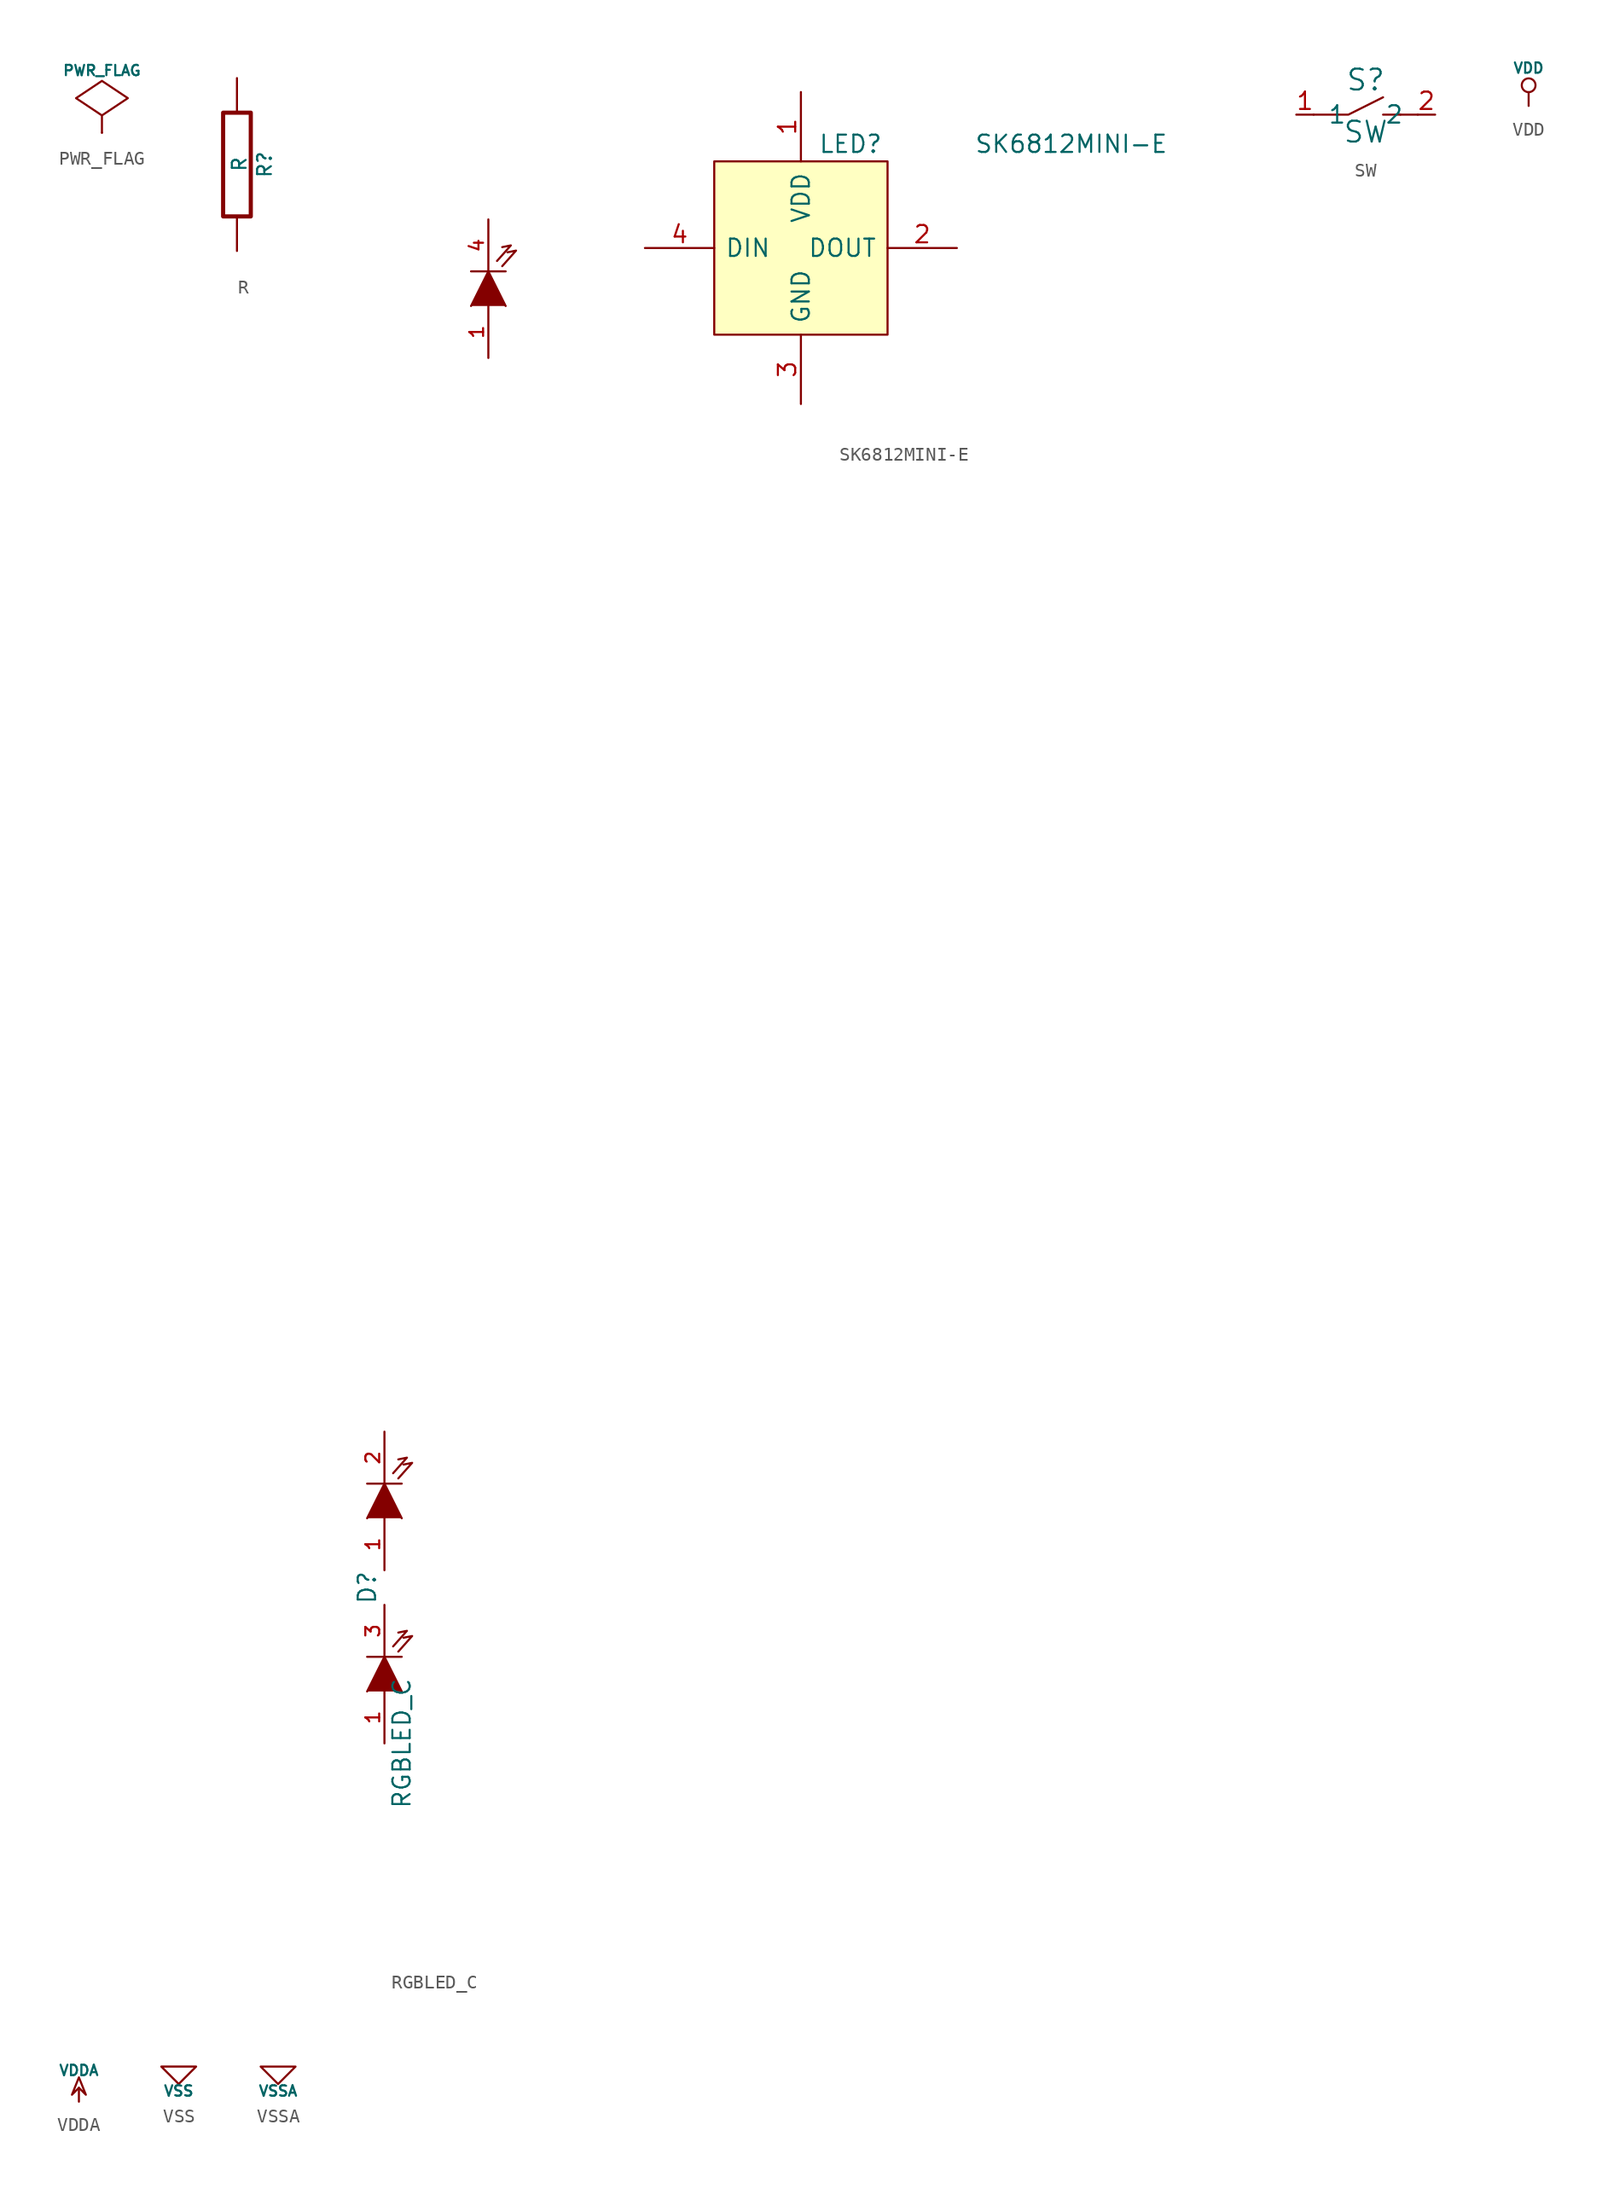
<source format=kicad_sym>
(kicad_symbol_lib
  (version 20201005)
  (generator kicad_symbol_editor)
  (symbol "PWR_FLAG"
    (power)
    (pin_numbers hide)
    (pin_names
      (offset 0) hide)
    (property "Reference" "#FLG"
      (at 0 2.413 0)
      (effects (font (size 0.762 0.762)) hide))
    (property "Value" "PWR_FLAG"
      (at 0 4.572 0)
      (effects (font (size 0.762 0.762))))
    (property "Footprint" ""
      (at 0 0 0)
      (effects (font (size 1.524 1.524))))
    (property "Datasheet" ""
      (at 0 0 0)
      (effects (font (size 1.524 1.524))))
    (symbol "PWR_FLAG_0_0"
      (pin power_out line (at 0 0 90) (length 0) (name "pwr" (effects (font (size 0.508 0.508)))) (number "1" (effects (font (size 0.508 0.508))))))
    (symbol "PWR_FLAG_0_1"
      (polyline (pts (xy 0 0) (xy 0 1.27) (xy -1.905 2.54) (xy 0 3.81) (xy 1.905 2.54) (xy 0 1.27)) (stroke (width 0)) (fill (type none)))))
  (symbol "R"
    (pin_numbers hide)
    (pin_names
      (offset 0))
    (property "Reference" "R"
      (at 2.032 0 90)
      (effects (font (size 1.016 1.016))))
    (property "Value" "R"
      (at 0.178 0.025 90)
      (effects (font (size 1.016 1.016))))
    (property "Footprint" ""
      (at -1.778 0 90)
      (effects (font (size 0.762 0.762))))
    (property "Datasheet" ""
      (at 0 0 0)
      (effects (font (size 0.762 0.762))))
    (symbol "R_0_1"
      (rectangle (start -1.016 3.81) (end 1.016 -3.81) (stroke (width 0.305)) (fill (type none))))
    (symbol "R_1_1"
      (pin passive line (at 0 6.35 270) (length 2.54) (name "~" (effects (font (size 1.524 1.524)))) (number "1" (effects (font (size 1.524 1.524)))))
      (pin passive line (at 0 -6.35 90) (length 2.54) (name "~" (effects (font (size 1.524 1.524)))) (number "2" (effects (font (size 1.524 1.524)))))))
  (symbol "RGBLED_C"
    (pin_names
      (offset 1.016) hide)
    (property "Reference" "D"
      (at -1.27 6.35 90)
      (effects (font (size 1.27 1.27))))
    (property "Value" "RGBLED_C"
      (at 1.27 -5.08 90)
      (effects (font (size 1.27 1.27))))
    (property "Footprint" ""
      (at 0 12.7 90)
      (effects (font (size 1.524 1.524))))
    (property "Datasheet" ""
      (at 0 12.7 90)
      (effects (font (size 1.524 1.524))))
    (symbol "RGBLED_C_0_1"
      (polyline (pts (xy -1.27 1.27) (xy 1.27 1.27)) (stroke (width 0)) (fill (type none)))
      (polyline (pts (xy -1.27 13.97) (xy 1.27 13.97)) (stroke (width 0)) (fill (type none)))
      (polyline (pts (xy 6.35 102.87) (xy 8.89 102.87)) (stroke (width 0)) (fill (type none)))
      (polyline (pts (xy 0.635 2.032) (xy 1.651 3.175) (xy 1.016 3.048)) (stroke (width 0)) (fill (type none)))
      (polyline (pts (xy 0.635 14.732) (xy 1.651 15.875) (xy 1.016 15.748)) (stroke (width 0)) (fill (type none)))
      (polyline (pts (xy 1.016 1.651) (xy 2.032 2.794) (xy 1.397 2.667)) (stroke (width 0)) (fill (type none)))
      (polyline (pts (xy 1.016 14.351) (xy 2.032 15.494) (xy 1.397 15.367)) (stroke (width 0)) (fill (type none)))
      (polyline (pts (xy 8.255 103.632) (xy 9.271 104.775) (xy 8.636 104.648)) (stroke (width 0)) (fill (type none)))
      (polyline (pts (xy 8.636 103.251) (xy 9.652 104.394) (xy 9.017 104.267)) (stroke (width 0)) (fill (type none)))
      (polyline (pts (xy -1.27 -1.27) (xy 0 1.27) (xy 1.27 -1.27)) (stroke (width 0)) (fill (type outline)))
      (polyline (pts (xy -1.27 11.43) (xy 0 13.97) (xy 1.27 11.43)) (stroke (width 0)) (fill (type outline)))
      (polyline (pts (xy 6.35 100.33) (xy 7.62 102.87) (xy 8.89 100.33)) (stroke (width 0)) (fill (type outline))))
    (symbol "RGBLED_C_1_1"
      (pin passive line (at 0 -5.08 90) (length 3.81) (name "A" (effects (font (size 1.016 1.016)))) (number "1" (effects (font (size 1.016 1.016)))))
      (pin passive line (at 0 7.62 90) (length 3.81) (name "A" (effects (font (size 1.016 1.016)))) (number "1" (effects (font (size 1.016 1.016)))))
      (pin passive line (at 7.62 96.52 90) (length 3.81) (name "A" (effects (font (size 1.016 1.016)))) (number "1" (effects (font (size 1.016 1.016)))))
      (pin passive line (at 0 17.78 270) (length 3.81) (name "K" (effects (font (size 1.016 1.016)))) (number "2" (effects (font (size 1.016 1.016)))))
      (pin passive line (at 0 5.08 270) (length 3.81) (name "K" (effects (font (size 1.016 1.016)))) (number "3" (effects (font (size 1.016 1.016)))))
      (pin passive line (at 7.62 106.68 270) (length 3.81) (name "K" (effects (font (size 1.016 1.016)))) (number "4" (effects (font (size 1.016 1.016)))))))
  (symbol "SK6812MINI-E"
    (pin_names
      (offset 0.762))
    (property "Reference" "LED"
      (at 1.27 7.62 0)
      (effects (font (size 1.27 1.27)) (justify left)))
    (property "Value" "SK6812MINI-E"
      (at 12.7 7.62 0)
      (effects (font (size 1.27 1.27)) (justify left)))
    (symbol "SK6812MINI-E_0_0"
      (pin passive line (at 0 11.43 270) (length 5.08) (name "VDD" (effects (font (size 1.27 1.27)))) (number "1" (effects (font (size 1.27 1.27)))))
      (pin passive line (at 11.43 0 180) (length 5.08) (name "DOUT" (effects (font (size 1.27 1.27)))) (number "2" (effects (font (size 1.27 1.27)))))
      (pin passive line (at 0 -11.43 90) (length 5.08) (name "GND" (effects (font (size 1.27 1.27)))) (number "3" (effects (font (size 1.27 1.27)))))
      (pin passive line (at -11.43 0 0) (length 5.08) (name "DIN" (effects (font (size 1.27 1.27)))) (number "4" (effects (font (size 1.27 1.27))))))
    (symbol "SK6812MINI-E_0_1"
      (rectangle (start -6.35 6.35) (end 6.35 -6.35) (stroke (width 0)) (fill (type background)))))
  (symbol "SW"
    (pin_names
      (offset 1.016))
    (property "Reference" "S"
      (at 0 2.54 0)
      (effects (font (size 1.524 1.524))))
    (property "Value" "SW"
      (at 0 -1.27 0)
      (effects (font (size 1.524 1.524))))
    (property "Footprint" ""
      (at 0 0 0)
      (effects (font (size 1.524 1.524))))
    (property "Datasheet" ""
      (at 0 0 0)
      (effects (font (size 1.524 1.524))))
    (symbol "SW_0_1"
      (polyline (pts (xy 2.54 0) (xy 1.27 0)) (stroke (width 0)) (fill (type none)))
      (polyline (pts (xy 3.81 0) (xy 2.54 0)) (stroke (width 0)) (fill (type none)))
      (polyline (pts (xy 1.27 1.27) (xy -1.27 0) (xy -3.81 0)) (stroke (width 0)) (fill (type none))))
    (symbol "SW_1_1"
      (pin bidirectional line (at -5.08 0 0) (length 1.27) (name "1" (effects (font (size 1.27 1.27)))) (number "1" (effects (font (size 1.27 1.27)))))
      (pin bidirectional line (at 5.08 0 180) (length 1.27) (name "2" (effects (font (size 1.27 1.27)))) (number "2" (effects (font (size 1.27 1.27)))))))
  (symbol "VDD"
    (power)
    (pin_names
      (offset 0))
    (property "Reference" "#PWR"
      (at 0 2.54 0)
      (effects (font (size 0.762 0.762)) hide))
    (property "Value" "VDD"
      (at 0 2.794 0)
      (effects (font (size 0.762 0.762))))
    (property "Footprint" ""
      (at 0 0 0)
      (effects (font (size 1.524 1.524))))
    (property "Datasheet" ""
      (at 0 0 0)
      (effects (font (size 1.524 1.524))))
    (symbol "VDD_0_0"
      (pin power_in line (at 0 0 90) (length 0) hide (name "VDD" (effects (font (size 1.016 1.016)))) (number "1" (effects (font (size 1.016 1.016))))))
    (symbol "VDD_0_1"
      (circle (center 0 1.524) (radius 0.508) (stroke (width 0)) (fill (type none)))
      (polyline (pts (xy 0 0) (xy 0 1.016) (xy 0 1.016)) (stroke (width 0)) (fill (type none)))))
  (symbol "VDDA"
    (power)
    (pin_names
      (offset 0))
    (property "Reference" "#PWR"
      (at 0 3.048 0)
      (effects (font (size 0.508 0.508)) hide))
    (property "Value" "VDDA"
      (at 0 2.286 0)
      (effects (font (size 0.762 0.762))))
    (property "Footprint" ""
      (at 0 0 0)
      (effects (font (size 1.524 1.524))))
    (property "Datasheet" ""
      (at 0 0 0)
      (effects (font (size 1.524 1.524))))
    (symbol "VDDA_0_0"
      (pin power_in line (at 0 0 90) (length 0) hide (name "VDDA" (effects (font (size 0.508 0.508)))) (number "1" (effects (font (size 0.508 0.508))))))
    (symbol "VDDA_0_1"
      (polyline (pts (xy 0 0) (xy 0 1.016) (xy 0 1.016)) (stroke (width 0)) (fill (type none)))
      (polyline (pts (xy 0 1.016) (xy 0.508 0.508) (xy 0 1.778) (xy -0.508 0.508) (xy 0 1.016) (xy 0 1.016)) (stroke (width 0)) (fill (type none)))))
  (symbol "VSS"
    (power)
    (pin_names
      (offset 0))
    (property "Reference" "#PWR"
      (at 0 0 0)
      (effects (font (size 0.762 0.762)) hide))
    (property "Value" "VSS"
      (at 0 -1.778 0)
      (effects (font (size 0.762 0.762))))
    (property "Footprint" ""
      (at 0 0 0)
      (effects (font (size 1.524 1.524))))
    (property "Datasheet" ""
      (at 0 0 0)
      (effects (font (size 1.524 1.524))))
    (symbol "VSS_0_1"
      (polyline (pts (xy -1.27 0) (xy 0 -1.27) (xy 1.27 0) (xy -1.27 0)) (stroke (width 0)) (fill (type none))))
    (symbol "VSS_1_1"
      (pin power_in line (at 0 0 90) (length 0) hide (name "VSS" (effects (font (size 0.762 0.762)))) (number "1" (effects (font (size 0.762 0.762)))))))
  (symbol "VSSA"
    (power)
    (pin_names
      (offset 0))
    (property "Reference" "#PWR"
      (at 0 0 0)
      (effects (font (size 0.762 0.762)) hide))
    (property "Value" "VSSA"
      (at 0 -1.778 0)
      (effects (font (size 0.762 0.762))))
    (property "Footprint" ""
      (at 0 0 0)
      (effects (font (size 1.524 1.524))))
    (property "Datasheet" ""
      (at 0 0 0)
      (effects (font (size 1.524 1.524))))
    (symbol "VSSA_0_1"
      (polyline (pts (xy -1.27 0) (xy 0 -1.27) (xy 1.27 0) (xy -1.27 0)) (stroke (width 0)) (fill (type none))))
    (symbol "VSSA_1_1"
      (pin power_in line (at 0 0 90) (length 0) hide (name "VSSA" (effects (font (size 0.762 0.762)))) (number "1" (effects (font (size 0.762 0.762))))))))
</source>
